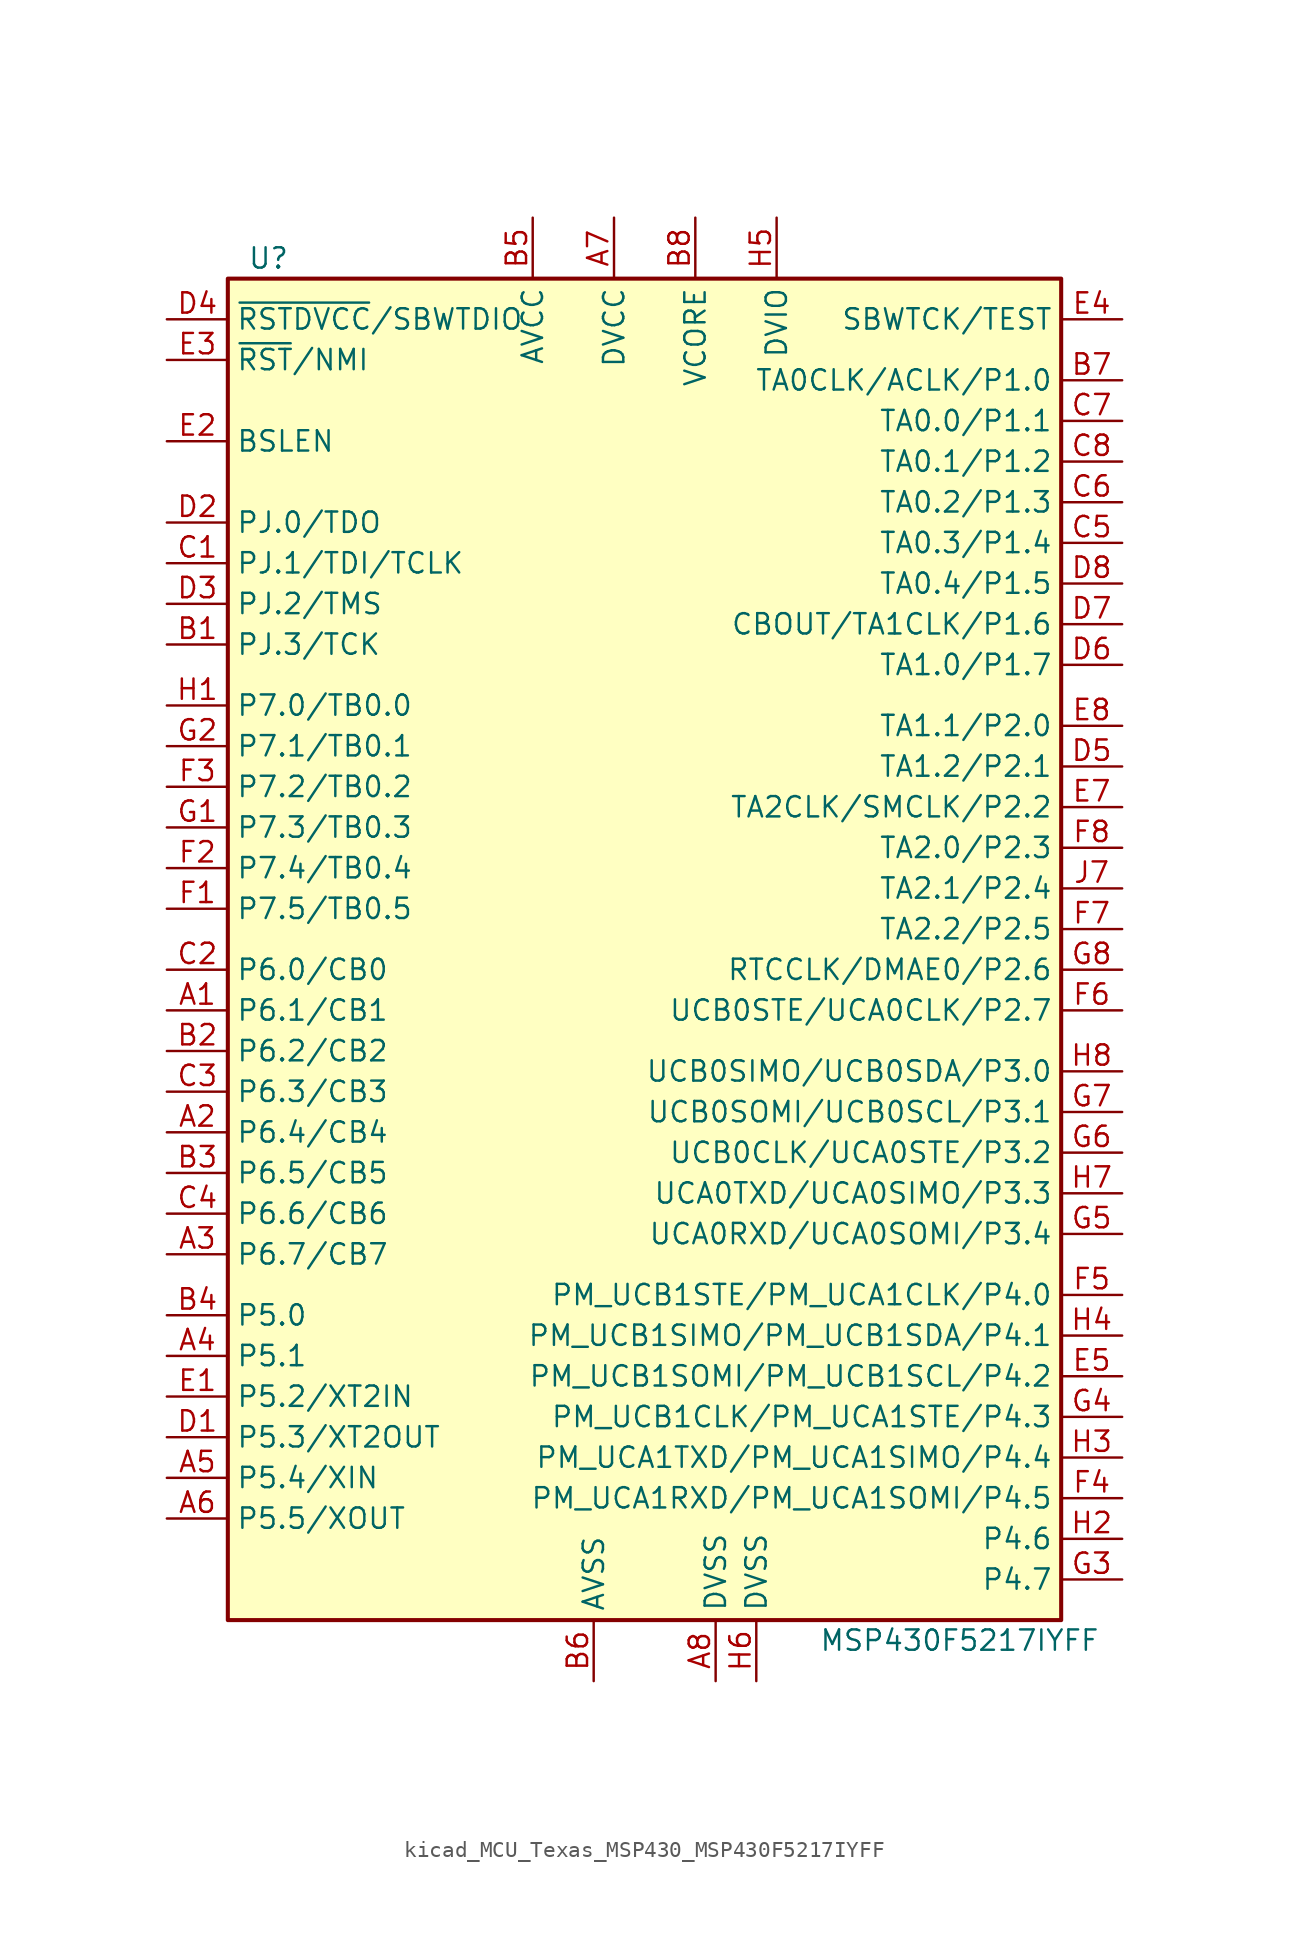
<source format=kicad_sym>
(kicad_symbol_lib
  (version 20220914)
  (generator kicad_symbol_editor)
  (symbol "kicad_MCU_Texas_MSP430_MSP430F5217IYFF"
    (property "Reference" "U"
      (at -24.13 43.18 0)
      (effects (font (size 1.27 1.27))))
    (property "Value" "MSP430F5217IYFF"
      (at 19.05 -43.18 0)
      (effects (font (size 1.27 1.27))))
    (symbol "kicad_MCU_Texas_MSP430_MSP430F5217IYFF_0_1"
      (rectangle (start -26.67 41.91) (end 25.4 -41.91) (stroke (width 0.254) (type default)) (fill (type background))))
    (symbol "kicad_MCU_Texas_MSP430_MSP430F5217IYFF_1_1"
      (pin bidirectional line (at -30.48 -3.81 0) (length 3.81) (name "P6.1/CB1" (effects (font (size 1.27 1.27)))) (number "A1" (effects (font (size 1.27 1.27)))))
      (pin bidirectional line (at -30.48 -11.43 0) (length 3.81) (name "P6.4/CB4" (effects (font (size 1.27 1.27)))) (number "A2" (effects (font (size 1.27 1.27)))))
      (pin bidirectional line (at -30.48 -19.05 0) (length 3.81) (name "P6.7/CB7" (effects (font (size 1.27 1.27)))) (number "A3" (effects (font (size 1.27 1.27)))))
      (pin bidirectional line (at -30.48 -25.4 0) (length 3.81) (name "P5.1" (effects (font (size 1.27 1.27)))) (number "A4" (effects (font (size 1.27 1.27)))))
      (pin bidirectional line (at -30.48 -33.02 0) (length 3.81) (name "P5.4/XIN" (effects (font (size 1.27 1.27)))) (number "A5" (effects (font (size 1.27 1.27)))))
      (pin bidirectional line (at -30.48 -35.56 0) (length 3.81) (name "P5.5/XOUT" (effects (font (size 1.27 1.27)))) (number "A6" (effects (font (size 1.27 1.27)))))
      (pin power_in line (at -2.54 45.72 270) (length 3.81) (name "DVCC" (effects (font (size 1.27 1.27)))) (number "A7" (effects (font (size 1.27 1.27)))))
      (pin power_in line (at 3.81 -45.72 90) (length 3.81) (name "DVSS" (effects (font (size 1.27 1.27)))) (number "A8" (effects (font (size 1.27 1.27)))))
      (pin bidirectional line (at -30.48 19.05 0) (length 3.81) (name "PJ.3/TCK" (effects (font (size 1.27 1.27)))) (number "B1" (effects (font (size 1.27 1.27)))))
      (pin bidirectional line (at -30.48 -6.35 0) (length 3.81) (name "P6.2/CB2" (effects (font (size 1.27 1.27)))) (number "B2" (effects (font (size 1.27 1.27)))))
      (pin bidirectional line (at -30.48 -13.97 0) (length 3.81) (name "P6.5/CB5" (effects (font (size 1.27 1.27)))) (number "B3" (effects (font (size 1.27 1.27)))))
      (pin bidirectional line (at -30.48 -22.86 0) (length 3.81) (name "P5.0" (effects (font (size 1.27 1.27)))) (number "B4" (effects (font (size 1.27 1.27)))))
      (pin power_in line (at -7.62 45.72 270) (length 3.81) (name "AVCC" (effects (font (size 1.27 1.27)))) (number "B5" (effects (font (size 1.27 1.27)))))
      (pin power_in line (at -3.81 -45.72 90) (length 3.81) (name "AVSS" (effects (font (size 1.27 1.27)))) (number "B6" (effects (font (size 1.27 1.27)))))
      (pin bidirectional line (at 29.21 35.56 180) (length 3.81) (name "TA0CLK/ACLK/P1.0" (effects (font (size 1.27 1.27)))) (number "B7" (effects (font (size 1.27 1.27)))))
      (pin power_in line (at 2.54 45.72 270) (length 3.81) (name "VCORE" (effects (font (size 1.27 1.27)))) (number "B8" (effects (font (size 1.27 1.27)))))
      (pin bidirectional line (at -30.48 24.13 0) (length 3.81) (name "PJ.1/TDI/TCLK" (effects (font (size 1.27 1.27)))) (number "C1" (effects (font (size 1.27 1.27)))))
      (pin bidirectional line (at -30.48 -1.27 0) (length 3.81) (name "P6.0/CB0" (effects (font (size 1.27 1.27)))) (number "C2" (effects (font (size 1.27 1.27)))))
      (pin bidirectional line (at -30.48 -8.89 0) (length 3.81) (name "P6.3/CB3" (effects (font (size 1.27 1.27)))) (number "C3" (effects (font (size 1.27 1.27)))))
      (pin bidirectional line (at -30.48 -16.51 0) (length 3.81) (name "P6.6/CB6" (effects (font (size 1.27 1.27)))) (number "C4" (effects (font (size 1.27 1.27)))))
      (pin bidirectional line (at 29.21 25.4 180) (length 3.81) (name "TA0.3/P1.4" (effects (font (size 1.27 1.27)))) (number "C5" (effects (font (size 1.27 1.27)))))
      (pin bidirectional line (at 29.21 27.94 180) (length 3.81) (name "TA0.2/P1.3" (effects (font (size 1.27 1.27)))) (number "C6" (effects (font (size 1.27 1.27)))))
      (pin bidirectional line (at 29.21 33.02 180) (length 3.81) (name "TA0.0/P1.1" (effects (font (size 1.27 1.27)))) (number "C7" (effects (font (size 1.27 1.27)))))
      (pin bidirectional line (at 29.21 30.48 180) (length 3.81) (name "TA0.1/P1.2" (effects (font (size 1.27 1.27)))) (number "C8" (effects (font (size 1.27 1.27)))))
      (pin bidirectional line (at -30.48 -30.48 0) (length 3.81) (name "P5.3/XT2OUT" (effects (font (size 1.27 1.27)))) (number "D1" (effects (font (size 1.27 1.27)))))
      (pin bidirectional line (at -30.48 26.67 0) (length 3.81) (name "PJ.0/TDO" (effects (font (size 1.27 1.27)))) (number "D2" (effects (font (size 1.27 1.27)))))
      (pin bidirectional line (at -30.48 21.59 0) (length 3.81) (name "PJ.2/TMS" (effects (font (size 1.27 1.27)))) (number "D3" (effects (font (size 1.27 1.27)))))
      (pin bidirectional line (at -30.48 39.37 0) (length 3.81) (name "~{RSTDVCC}/SBWTDIO" (effects (font (size 1.27 1.27)))) (number "D4" (effects (font (size 1.27 1.27)))))
      (pin bidirectional line (at 29.21 11.43 180) (length 3.81) (name "TA1.2/P2.1" (effects (font (size 1.27 1.27)))) (number "D5" (effects (font (size 1.27 1.27)))))
      (pin bidirectional line (at 29.21 17.78 180) (length 3.81) (name "TA1.0/P1.7" (effects (font (size 1.27 1.27)))) (number "D6" (effects (font (size 1.27 1.27)))))
      (pin bidirectional line (at 29.21 20.32 180) (length 3.81) (name "CBOUT/TA1CLK/P1.6" (effects (font (size 1.27 1.27)))) (number "D7" (effects (font (size 1.27 1.27)))))
      (pin bidirectional line (at 29.21 22.86 180) (length 3.81) (name "TA0.4/P1.5" (effects (font (size 1.27 1.27)))) (number "D8" (effects (font (size 1.27 1.27)))))
      (pin bidirectional line (at -30.48 -27.94 0) (length 3.81) (name "P5.2/XT2IN" (effects (font (size 1.27 1.27)))) (number "E1" (effects (font (size 1.27 1.27)))))
      (pin bidirectional line (at -30.48 31.75 0) (length 3.81) (name "BSLEN" (effects (font (size 1.27 1.27)))) (number "E2" (effects (font (size 1.27 1.27)))))
      (pin input line (at -30.48 36.83 0) (length 3.81) (name "~{RST}/NMI" (effects (font (size 1.27 1.27)))) (number "E3" (effects (font (size 1.27 1.27)))))
      (pin input line (at 29.21 39.37 180) (length 3.81) (name "SBWTCK/TEST" (effects (font (size 1.27 1.27)))) (number "E4" (effects (font (size 1.27 1.27)))))
      (pin bidirectional line (at 29.21 -26.67 180) (length 3.81) (name "PM_UCB1SOMI/PM_UCB1SCL/P4.2" (effects (font (size 1.27 1.27)))) (number "E5" (effects (font (size 1.27 1.27)))))
      (pin bidirectional line (at 29.21 8.89 180) (length 3.81) (name "TA2CLK/SMCLK/P2.2" (effects (font (size 1.27 1.27)))) (number "E7" (effects (font (size 1.27 1.27)))))
      (pin bidirectional line (at 29.21 13.97 180) (length 3.81) (name "TA1.1/P2.0" (effects (font (size 1.27 1.27)))) (number "E8" (effects (font (size 1.27 1.27)))))
      (pin bidirectional line (at -30.48 2.54 0) (length 3.81) (name "P7.5/TB0.5" (effects (font (size 1.27 1.27)))) (number "F1" (effects (font (size 1.27 1.27)))))
      (pin bidirectional line (at -30.48 5.08 0) (length 3.81) (name "P7.4/TB0.4" (effects (font (size 1.27 1.27)))) (number "F2" (effects (font (size 1.27 1.27)))))
      (pin bidirectional line (at -30.48 10.16 0) (length 3.81) (name "P7.2/TB0.2" (effects (font (size 1.27 1.27)))) (number "F3" (effects (font (size 1.27 1.27)))))
      (pin bidirectional line (at 29.21 -34.29 180) (length 3.81) (name "PM_UCA1RXD/PM_UCA1SOMI/P4.5" (effects (font (size 1.27 1.27)))) (number "F4" (effects (font (size 1.27 1.27)))))
      (pin bidirectional line (at 29.21 -21.59 180) (length 3.81) (name "PM_UCB1STE/PM_UCA1CLK/P4.0" (effects (font (size 1.27 1.27)))) (number "F5" (effects (font (size 1.27 1.27)))))
      (pin bidirectional line (at 29.21 -3.81 180) (length 3.81) (name "UCB0STE/UCA0CLK/P2.7" (effects (font (size 1.27 1.27)))) (number "F6" (effects (font (size 1.27 1.27)))))
      (pin bidirectional line (at 29.21 1.27 180) (length 3.81) (name "TA2.2/P2.5" (effects (font (size 1.27 1.27)))) (number "F7" (effects (font (size 1.27 1.27)))))
      (pin bidirectional line (at 29.21 6.35 180) (length 3.81) (name "TA2.0/P2.3" (effects (font (size 1.27 1.27)))) (number "F8" (effects (font (size 1.27 1.27)))))
      (pin bidirectional line (at -30.48 7.62 0) (length 3.81) (name "P7.3/TB0.3" (effects (font (size 1.27 1.27)))) (number "G1" (effects (font (size 1.27 1.27)))))
      (pin bidirectional line (at -30.48 12.7 0) (length 3.81) (name "P7.1/TB0.1" (effects (font (size 1.27 1.27)))) (number "G2" (effects (font (size 1.27 1.27)))))
      (pin bidirectional line (at 29.21 -39.37 180) (length 3.81) (name "P4.7" (effects (font (size 1.27 1.27)))) (number "G3" (effects (font (size 1.27 1.27)))))
      (pin bidirectional line (at 29.21 -29.21 180) (length 3.81) (name "PM_UCB1CLK/PM_UCA1STE/P4.3" (effects (font (size 1.27 1.27)))) (number "G4" (effects (font (size 1.27 1.27)))))
      (pin bidirectional line (at 29.21 -17.78 180) (length 3.81) (name "UCA0RXD/UCA0SOMI/P3.4" (effects (font (size 1.27 1.27)))) (number "G5" (effects (font (size 1.27 1.27)))))
      (pin bidirectional line (at 29.21 -12.7 180) (length 3.81) (name "UCB0CLK/UCA0STE/P3.2" (effects (font (size 1.27 1.27)))) (number "G6" (effects (font (size 1.27 1.27)))))
      (pin bidirectional line (at 29.21 -10.16 180) (length 3.81) (name "UCB0SOMI/UCB0SCL/P3.1" (effects (font (size 1.27 1.27)))) (number "G7" (effects (font (size 1.27 1.27)))))
      (pin bidirectional line (at 29.21 -1.27 180) (length 3.81) (name "RTCCLK/DMAE0/P2.6" (effects (font (size 1.27 1.27)))) (number "G8" (effects (font (size 1.27 1.27)))))
      (pin bidirectional line (at -30.48 15.24 0) (length 3.81) (name "P7.0/TB0.0" (effects (font (size 1.27 1.27)))) (number "H1" (effects (font (size 1.27 1.27)))))
      (pin bidirectional line (at 29.21 -36.83 180) (length 3.81) (name "P4.6" (effects (font (size 1.27 1.27)))) (number "H2" (effects (font (size 1.27 1.27)))))
      (pin bidirectional line (at 29.21 -31.75 180) (length 3.81) (name "PM_UCA1TXD/PM_UCA1SIMO/P4.4" (effects (font (size 1.27 1.27)))) (number "H3" (effects (font (size 1.27 1.27)))))
      (pin bidirectional line (at 29.21 -24.13 180) (length 3.81) (name "PM_UCB1SIMO/PM_UCB1SDA/P4.1" (effects (font (size 1.27 1.27)))) (number "H4" (effects (font (size 1.27 1.27)))))
      (pin power_in line (at 7.62 45.72 270) (length 3.81) (name "DVIO" (effects (font (size 1.27 1.27)))) (number "H5" (effects (font (size 1.27 1.27)))))
      (pin power_in line (at 6.35 -45.72 90) (length 3.81) (name "DVSS" (effects (font (size 1.27 1.27)))) (number "H6" (effects (font (size 1.27 1.27)))))
      (pin bidirectional line (at 29.21 -15.24 180) (length 3.81) (name "UCA0TXD/UCA0SIMO/P3.3" (effects (font (size 1.27 1.27)))) (number "H7" (effects (font (size 1.27 1.27)))))
      (pin bidirectional line (at 29.21 -7.62 180) (length 3.81) (name "UCB0SIMO/UCB0SDA/P3.0" (effects (font (size 1.27 1.27)))) (number "H8" (effects (font (size 1.27 1.27)))))
      (pin bidirectional line (at 29.21 3.81 180) (length 3.81) (name "TA2.1/P2.4" (effects (font (size 1.27 1.27)))) (number "J7" (effects (font (size 1.27 1.27))))))))
</source>
